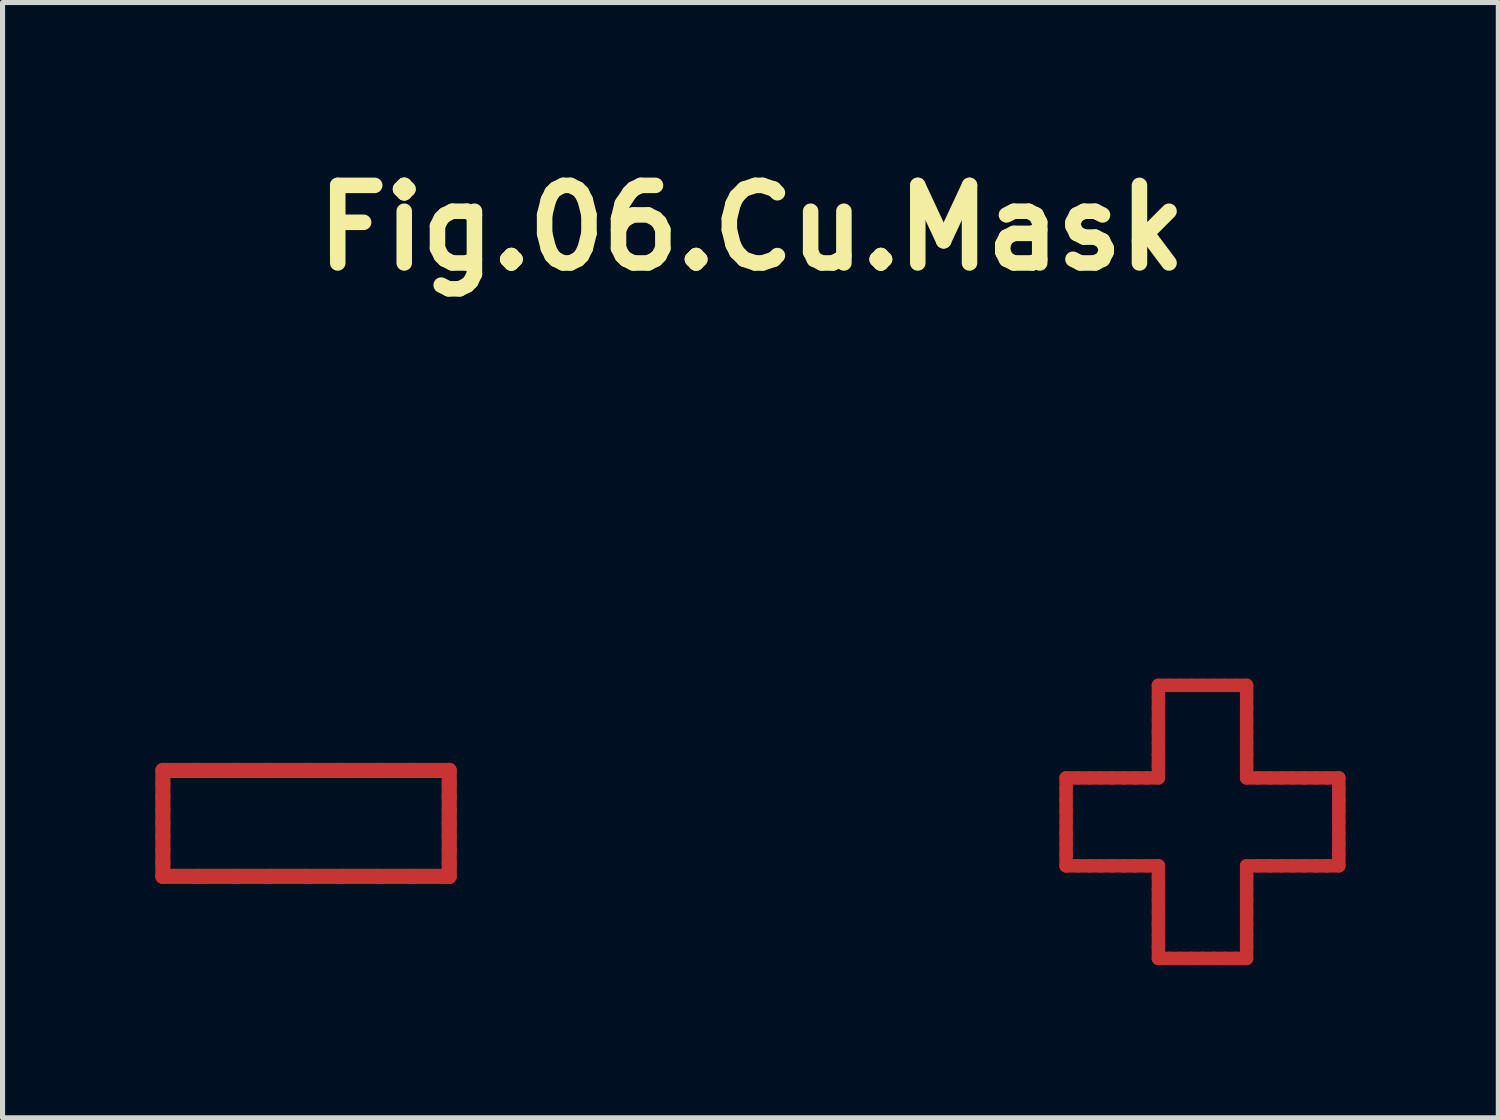
<source format=kicad_pcb>
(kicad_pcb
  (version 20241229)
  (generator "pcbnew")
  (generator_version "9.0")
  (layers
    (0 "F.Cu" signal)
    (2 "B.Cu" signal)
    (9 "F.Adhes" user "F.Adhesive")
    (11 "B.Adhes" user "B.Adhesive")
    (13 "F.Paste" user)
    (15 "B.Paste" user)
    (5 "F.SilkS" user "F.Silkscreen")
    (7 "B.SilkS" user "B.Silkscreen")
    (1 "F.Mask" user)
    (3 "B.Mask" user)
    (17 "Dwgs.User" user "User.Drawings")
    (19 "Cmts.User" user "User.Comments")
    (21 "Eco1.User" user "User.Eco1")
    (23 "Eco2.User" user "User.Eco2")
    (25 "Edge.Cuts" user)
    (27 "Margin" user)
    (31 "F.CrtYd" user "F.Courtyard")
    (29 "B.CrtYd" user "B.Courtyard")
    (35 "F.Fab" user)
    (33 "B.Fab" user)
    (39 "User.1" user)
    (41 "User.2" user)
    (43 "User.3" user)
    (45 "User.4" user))
  (footprint "Fig.06.Cu.Mask"
    (layer "F.Cu")
    (at 11.712 13.083)
    (property "Reference" "Fig.06.Cu.Mask" (at 0 -11.657 0) (layer "F.SilkS") (effects (font (size 1.524 1.524) (thickness 0.305))))
    (attr smd)
    (fp_line (start -11.563 -1) (end -10.86 -1) (stroke (width 0.297) (type solid)) (layer "F.Cu"))
    (fp_line (start -11.563 -0.74) (end -11.563 -1) (stroke (width 0.297) (type solid)) (layer "F.Cu"))
    (fp_line (start -11.563 -0.48) (end -11.563 -0.74) (stroke (width 0.297) (type solid)) (layer "F.Cu"))
    (fp_line (start -11.563 -0.219) (end -11.563 -0.48) (stroke (width 0.297) (type solid)) (layer "F.Cu"))
    (fp_line (start -11.563 0.041) (end -11.563 -0.219) (stroke (width 0.297) (type solid)) (layer "F.Cu"))
    (fp_line (start -11.563 0.301) (end -11.563 0.041) (stroke (width 0.297) (type solid)) (layer "F.Cu"))
    (fp_line (start -11.563 0.561) (end -11.563 0.301) (stroke (width 0.297) (type solid)) (layer "F.Cu"))
    (fp_line (start -11.563 0.821) (end -11.563 0.561) (stroke (width 0.297) (type solid)) (layer "F.Cu"))
    (fp_line (start -11.563 1.081) (end -11.563 0.821) (stroke (width 0.297) (type solid)) (layer "F.Cu"))
    (fp_line (start -10.86 -1) (end -10.157 -1) (stroke (width 0.297) (type solid)) (layer "F.Cu"))
    (fp_line (start -10.86 1.081) (end -11.563 1.081) (stroke (width 0.297) (type solid)) (layer "F.Cu"))
    (fp_line (start -10.157 -1) (end -9.454 -1) (stroke (width 0.297) (type solid)) (layer "F.Cu"))
    (fp_line (start -10.157 1.081) (end -10.86 1.081) (stroke (width 0.297) (type solid)) (layer "F.Cu"))
    (fp_line (start -9.454 -1) (end -8.751 -1) (stroke (width 0.297) (type solid)) (layer "F.Cu"))
    (fp_line (start -9.454 1.081) (end -10.157 1.081) (stroke (width 0.297) (type solid)) (layer "F.Cu"))
    (fp_line (start -8.751 -1) (end -8.048 -1) (stroke (width 0.297) (type solid)) (layer "F.Cu"))
    (fp_line (start -8.751 1.081) (end -9.454 1.081) (stroke (width 0.297) (type solid)) (layer "F.Cu"))
    (fp_line (start -8.048 -1) (end -7.345 -1) (stroke (width 0.297) (type solid)) (layer "F.Cu"))
    (fp_line (start -8.048 1.081) (end -8.751 1.081) (stroke (width 0.297) (type solid)) (layer "F.Cu"))
    (fp_line (start -7.345 -1) (end -6.641 -1) (stroke (width 0.297) (type solid)) (layer "F.Cu"))
    (fp_line (start -7.345 1.081) (end -8.048 1.081) (stroke (width 0.297) (type solid)) (layer "F.Cu"))
    (fp_line (start -6.641 -1) (end -5.938 -1) (stroke (width 0.297) (type solid)) (layer "F.Cu"))
    (fp_line (start -6.641 1.081) (end -7.345 1.081) (stroke (width 0.297) (type solid)) (layer "F.Cu"))
    (fp_line (start -5.938 -1) (end -5.938 -0.74) (stroke (width 0.297) (type solid)) (layer "F.Cu"))
    (fp_line (start -5.938 -0.74) (end -5.938 -0.48) (stroke (width 0.297) (type solid)) (layer "F.Cu"))
    (fp_line (start -5.938 -0.48) (end -5.938 -0.219) (stroke (width 0.297) (type solid)) (layer "F.Cu"))
    (fp_line (start -5.938 -0.219) (end -5.938 0.041) (stroke (width 0.297) (type solid)) (layer "F.Cu"))
    (fp_line (start -5.938 0.041) (end -5.938 0.301) (stroke (width 0.297) (type solid)) (layer "F.Cu"))
    (fp_line (start -5.938 0.301) (end -5.938 0.561) (stroke (width 0.297) (type solid)) (layer "F.Cu"))
    (fp_line (start -5.938 0.561) (end -5.938 0.821) (stroke (width 0.297) (type solid)) (layer "F.Cu"))
    (fp_line (start -5.938 0.821) (end -5.938 1.081) (stroke (width 0.297) (type solid)) (layer "F.Cu"))
    (fp_line (start -5.938 1.081) (end -6.641 1.081) (stroke (width 0.297) (type solid)) (layer "F.Cu"))
    (fp_line (start 6.179 -0.853) (end 6.179 -0.637) (stroke (width 0.264) (type solid)) (layer "F.Cu"))
    (fp_line (start 6.179 -0.637) (end 6.179 -0.421) (stroke (width 0.264) (type solid)) (layer "F.Cu"))
    (fp_line (start 6.179 -0.421) (end 6.179 -0.205) (stroke (width 0.264) (type solid)) (layer "F.Cu"))
    (fp_line (start 6.179 -0.205) (end 6.179 0.01) (stroke (width 0.264) (type solid)) (layer "F.Cu"))
    (fp_line (start 6.179 0.01) (end 6.179 0.226) (stroke (width 0.264) (type solid)) (layer "F.Cu"))
    (fp_line (start 6.179 0.226) (end 6.179 0.442) (stroke (width 0.264) (type solid)) (layer "F.Cu"))
    (fp_line (start 6.179 0.442) (end 6.179 0.658) (stroke (width 0.264) (type solid)) (layer "F.Cu"))
    (fp_line (start 6.179 0.658) (end 6.179 0.874) (stroke (width 0.264) (type solid)) (layer "F.Cu"))
    (fp_line (start 6.179 0.874) (end 6.405 0.874) (stroke (width 0.264) (type solid)) (layer "F.Cu"))
    (fp_line (start 6.405 -0.853) (end 6.179 -0.853) (stroke (width 0.264) (type solid)) (layer "F.Cu"))
    (fp_line (start 6.405 0.874) (end 6.632 0.874) (stroke (width 0.264) (type solid)) (layer "F.Cu"))
    (fp_line (start 6.632 -0.853) (end 6.405 -0.853) (stroke (width 0.264) (type solid)) (layer "F.Cu"))
    (fp_line (start 6.632 0.874) (end 6.859 0.874) (stroke (width 0.264) (type solid)) (layer "F.Cu"))
    (fp_line (start 6.859 -0.853) (end 6.632 -0.853) (stroke (width 0.264) (type solid)) (layer "F.Cu"))
    (fp_line (start 6.859 0.874) (end 7.085 0.874) (stroke (width 0.264) (type solid)) (layer "F.Cu"))
    (fp_line (start 7.085 -0.853) (end 6.859 -0.853) (stroke (width 0.264) (type solid)) (layer "F.Cu"))
    (fp_line (start 7.085 0.874) (end 7.312 0.874) (stroke (width 0.264) (type solid)) (layer "F.Cu"))
    (fp_line (start 7.312 -0.853) (end 7.085 -0.853) (stroke (width 0.264) (type solid)) (layer "F.Cu"))
    (fp_line (start 7.312 0.874) (end 7.539 0.874) (stroke (width 0.264) (type solid)) (layer "F.Cu"))
    (fp_line (start 7.539 -0.853) (end 7.312 -0.853) (stroke (width 0.264) (type solid)) (layer "F.Cu"))
    (fp_line (start 7.539 0.874) (end 7.766 0.874) (stroke (width 0.264) (type solid)) (layer "F.Cu"))
    (fp_line (start 7.766 -0.853) (end 7.539 -0.853) (stroke (width 0.264) (type solid)) (layer "F.Cu"))
    (fp_line (start 7.766 0.874) (end 7.992 0.874) (stroke (width 0.264) (type solid)) (layer "F.Cu"))
    (fp_line (start 7.992 -2.671) (end 7.992 -2.444) (stroke (width 0.264) (type solid)) (layer "F.Cu"))
    (fp_line (start 7.992 -2.444) (end 7.992 -2.216) (stroke (width 0.264) (type solid)) (layer "F.Cu"))
    (fp_line (start 7.992 -2.216) (end 7.992 -1.989) (stroke (width 0.264) (type solid)) (layer "F.Cu"))
    (fp_line (start 7.992 -1.989) (end 7.992 -1.762) (stroke (width 0.264) (type solid)) (layer "F.Cu"))
    (fp_line (start 7.992 -1.762) (end 7.992 -1.535) (stroke (width 0.264) (type solid)) (layer "F.Cu"))
    (fp_line (start 7.992 -1.535) (end 7.992 -1.308) (stroke (width 0.264) (type solid)) (layer "F.Cu"))
    (fp_line (start 7.992 -1.308) (end 7.992 -1.08) (stroke (width 0.264) (type solid)) (layer "F.Cu"))
    (fp_line (start 7.992 -1.08) (end 7.992 -0.853) (stroke (width 0.264) (type solid)) (layer "F.Cu"))
    (fp_line (start 7.992 -0.853) (end 7.766 -0.853) (stroke (width 0.264) (type solid)) (layer "F.Cu"))
    (fp_line (start 7.992 0.874) (end 7.992 1.101) (stroke (width 0.264) (type solid)) (layer "F.Cu"))
    (fp_line (start 7.992 1.101) (end 7.992 1.329) (stroke (width 0.264) (type solid)) (layer "F.Cu"))
    (fp_line (start 7.992 1.329) (end 7.992 1.556) (stroke (width 0.264) (type solid)) (layer "F.Cu"))
    (fp_line (start 7.992 1.556) (end 7.992 1.783) (stroke (width 0.264) (type solid)) (layer "F.Cu"))
    (fp_line (start 7.992 1.783) (end 7.992 2.01) (stroke (width 0.264) (type solid)) (layer "F.Cu"))
    (fp_line (start 7.992 2.01) (end 7.992 2.238) (stroke (width 0.264) (type solid)) (layer "F.Cu"))
    (fp_line (start 7.992 2.238) (end 7.992 2.465) (stroke (width 0.264) (type solid)) (layer "F.Cu"))
    (fp_line (start 7.992 2.465) (end 7.992 2.692) (stroke (width 0.264) (type solid)) (layer "F.Cu"))
    (fp_line (start 7.992 2.692) (end 8.209 2.692) (stroke (width 0.264) (type solid)) (layer "F.Cu"))
    (fp_line (start 8.209 -2.671) (end 7.992 -2.671) (stroke (width 0.264) (type solid)) (layer "F.Cu"))
    (fp_line (start 8.209 2.692) (end 8.425 2.692) (stroke (width 0.264) (type solid)) (layer "F.Cu"))
    (fp_line (start 8.425 -2.671) (end 8.209 -2.671) (stroke (width 0.264) (type solid)) (layer "F.Cu"))
    (fp_line (start 8.425 2.692) (end 8.642 2.692) (stroke (width 0.264) (type solid)) (layer "F.Cu"))
    (fp_line (start 8.642 -2.671) (end 8.425 -2.671) (stroke (width 0.264) (type solid)) (layer "F.Cu"))
    (fp_line (start 8.642 2.692) (end 8.859 2.692) (stroke (width 0.264) (type solid)) (layer "F.Cu"))
    (fp_line (start 8.859 -2.671) (end 8.642 -2.671) (stroke (width 0.264) (type solid)) (layer "F.Cu"))
    (fp_line (start 8.859 2.692) (end 9.075 2.692) (stroke (width 0.264) (type solid)) (layer "F.Cu"))
    (fp_line (start 9.075 -2.671) (end 8.859 -2.671) (stroke (width 0.264) (type solid)) (layer "F.Cu"))
    (fp_line (start 9.075 2.692) (end 9.292 2.692) (stroke (width 0.264) (type solid)) (layer "F.Cu"))
    (fp_line (start 9.292 -2.671) (end 9.075 -2.671) (stroke (width 0.264) (type solid)) (layer "F.Cu"))
    (fp_line (start 9.292 2.692) (end 9.508 2.692) (stroke (width 0.264) (type solid)) (layer "F.Cu"))
    (fp_line (start 9.508 -2.671) (end 9.292 -2.671) (stroke (width 0.264) (type solid)) (layer "F.Cu"))
    (fp_line (start 9.508 2.692) (end 9.725 2.692) (stroke (width 0.264) (type solid)) (layer "F.Cu"))
    (fp_line (start 9.725 -2.671) (end 9.508 -2.671) (stroke (width 0.264) (type solid)) (layer "F.Cu"))
    (fp_line (start 9.725 -2.444) (end 9.725 -2.671) (stroke (width 0.264) (type solid)) (layer "F.Cu"))
    (fp_line (start 9.725 -2.216) (end 9.725 -2.444) (stroke (width 0.264) (type solid)) (layer "F.Cu"))
    (fp_line (start 9.725 -1.989) (end 9.725 -2.216) (stroke (width 0.264) (type solid)) (layer "F.Cu"))
    (fp_line (start 9.725 -1.762) (end 9.725 -1.989) (stroke (width 0.264) (type solid)) (layer "F.Cu"))
    (fp_line (start 9.725 -1.535) (end 9.725 -1.762) (stroke (width 0.264) (type solid)) (layer "F.Cu"))
    (fp_line (start 9.725 -1.308) (end 9.725 -1.535) (stroke (width 0.264) (type solid)) (layer "F.Cu"))
    (fp_line (start 9.725 -1.08) (end 9.725 -1.308) (stroke (width 0.264) (type solid)) (layer "F.Cu"))
    (fp_line (start 9.725 -0.853) (end 9.725 -1.08) (stroke (width 0.264) (type solid)) (layer "F.Cu"))
    (fp_line (start 9.725 0.874) (end 9.951 0.874) (stroke (width 0.264) (type solid)) (layer "F.Cu"))
    (fp_line (start 9.725 1.101) (end 9.725 0.874) (stroke (width 0.264) (type solid)) (layer "F.Cu"))
    (fp_line (start 9.725 1.329) (end 9.725 1.101) (stroke (width 0.264) (type solid)) (layer "F.Cu"))
    (fp_line (start 9.725 1.556) (end 9.725 1.329) (stroke (width 0.264) (type solid)) (layer "F.Cu"))
    (fp_line (start 9.725 1.783) (end 9.725 1.556) (stroke (width 0.264) (type solid)) (layer "F.Cu"))
    (fp_line (start 9.725 2.01) (end 9.725 1.783) (stroke (width 0.264) (type solid)) (layer "F.Cu"))
    (fp_line (start 9.725 2.238) (end 9.725 2.01) (stroke (width 0.264) (type solid)) (layer "F.Cu"))
    (fp_line (start 9.725 2.465) (end 9.725 2.238) (stroke (width 0.264) (type solid)) (layer "F.Cu"))
    (fp_line (start 9.725 2.692) (end 9.725 2.465) (stroke (width 0.264) (type solid)) (layer "F.Cu"))
    (fp_line (start 9.951 -0.853) (end 9.725 -0.853) (stroke (width 0.264) (type solid)) (layer "F.Cu"))
    (fp_line (start 9.951 0.874) (end 10.178 0.874) (stroke (width 0.264) (type solid)) (layer "F.Cu"))
    (fp_line (start 10.178 -0.853) (end 9.951 -0.853) (stroke (width 0.264) (type solid)) (layer "F.Cu"))
    (fp_line (start 10.178 0.874) (end 10.404 0.874) (stroke (width 0.264) (type solid)) (layer "F.Cu"))
    (fp_line (start 10.404 -0.853) (end 10.178 -0.853) (stroke (width 0.264) (type solid)) (layer "F.Cu"))
    (fp_line (start 10.404 0.874) (end 10.63 0.874) (stroke (width 0.264) (type solid)) (layer "F.Cu"))
    (fp_line (start 10.63 -0.853) (end 10.404 -0.853) (stroke (width 0.264) (type solid)) (layer "F.Cu"))
    (fp_line (start 10.63 0.874) (end 10.857 0.874) (stroke (width 0.264) (type solid)) (layer "F.Cu"))
    (fp_line (start 10.857 -0.853) (end 10.63 -0.853) (stroke (width 0.264) (type solid)) (layer "F.Cu"))
    (fp_line (start 10.857 0.874) (end 11.083 0.874) (stroke (width 0.264) (type solid)) (layer "F.Cu"))
    (fp_line (start 11.083 -0.853) (end 10.857 -0.853) (stroke (width 0.264) (type solid)) (layer "F.Cu"))
    (fp_line (start 11.083 0.874) (end 11.31 0.874) (stroke (width 0.264) (type solid)) (layer "F.Cu"))
    (fp_line (start 11.31 -0.853) (end 11.083 -0.853) (stroke (width 0.264) (type solid)) (layer "F.Cu"))
    (fp_line (start 11.31 0.874) (end 11.536 0.874) (stroke (width 0.264) (type solid)) (layer "F.Cu"))
    (fp_line (start 11.536 -0.853) (end 11.31 -0.853) (stroke (width 0.264) (type solid)) (layer "F.Cu"))
    (fp_line (start 11.536 -0.637) (end 11.536 -0.853) (stroke (width 0.264) (type solid)) (layer "F.Cu"))
    (fp_line (start 11.536 -0.421) (end 11.536 -0.637) (stroke (width 0.264) (type solid)) (layer "F.Cu"))
    (fp_line (start 11.536 -0.205) (end 11.536 -0.421) (stroke (width 0.264) (type solid)) (layer "F.Cu"))
    (fp_line (start 11.536 0.01) (end 11.536 -0.205) (stroke (width 0.264) (type solid)) (layer "F.Cu"))
    (fp_line (start 11.536 0.226) (end 11.536 0.01) (stroke (width 0.264) (type solid)) (layer "F.Cu"))
    (fp_line (start 11.536 0.442) (end 11.536 0.226) (stroke (width 0.264) (type solid)) (layer "F.Cu"))
    (fp_line (start 11.536 0.658) (end 11.536 0.442) (stroke (width 0.264) (type solid)) (layer "F.Cu"))
    (fp_line (start 11.536 0.874) (end 11.536 0.658) (stroke (width 0.264) (type solid)) (layer "F.Cu"))
    (fp_line (start -11.563 -1) (end -10.86 -1) (stroke (width 0.297) (type solid)) (layer "F.Mask"))
    (fp_line (start -11.563 -0.74) (end -11.563 -1) (stroke (width 0.297) (type solid)) (layer "F.Mask"))
    (fp_line (start -11.563 -0.48) (end -11.563 -0.74) (stroke (width 0.297) (type solid)) (layer "F.Mask"))
    (fp_line (start -11.563 -0.219) (end -11.563 -0.48) (stroke (width 0.297) (type solid)) (layer "F.Mask"))
    (fp_line (start -11.563 0.041) (end -11.563 -0.219) (stroke (width 0.297) (type solid)) (layer "F.Mask"))
    (fp_line (start -11.563 0.301) (end -11.563 0.041) (stroke (width 0.297) (type solid)) (layer "F.Mask"))
    (fp_line (start -11.563 0.561) (end -11.563 0.301) (stroke (width 0.297) (type solid)) (layer "F.Mask"))
    (fp_line (start -11.563 0.821) (end -11.563 0.561) (stroke (width 0.297) (type solid)) (layer "F.Mask"))
    (fp_line (start -11.563 1.081) (end -11.563 0.821) (stroke (width 0.297) (type solid)) (layer "F.Mask"))
    (fp_line (start -10.86 -1) (end -10.157 -1) (stroke (width 0.297) (type solid)) (layer "F.Mask"))
    (fp_line (start -10.86 1.081) (end -11.563 1.081) (stroke (width 0.297) (type solid)) (layer "F.Mask"))
    (fp_line (start -10.157 -1) (end -9.454 -1) (stroke (width 0.297) (type solid)) (layer "F.Mask"))
    (fp_line (start -10.157 1.081) (end -10.86 1.081) (stroke (width 0.297) (type solid)) (layer "F.Mask"))
    (fp_line (start -9.454 -1) (end -8.751 -1) (stroke (width 0.297) (type solid)) (layer "F.Mask"))
    (fp_line (start -9.454 1.081) (end -10.157 1.081) (stroke (width 0.297) (type solid)) (layer "F.Mask"))
    (fp_line (start -8.751 -1) (end -8.048 -1) (stroke (width 0.297) (type solid)) (layer "F.Mask"))
    (fp_line (start -8.751 1.081) (end -9.454 1.081) (stroke (width 0.297) (type solid)) (layer "F.Mask"))
    (fp_line (start -8.048 -1) (end -7.345 -1) (stroke (width 0.297) (type solid)) (layer "F.Mask"))
    (fp_line (start -8.048 1.081) (end -8.751 1.081) (stroke (width 0.297) (type solid)) (layer "F.Mask"))
    (fp_line (start -7.345 -1) (end -6.641 -1) (stroke (width 0.297) (type solid)) (layer "F.Mask"))
    (fp_line (start -7.345 1.081) (end -8.048 1.081) (stroke (width 0.297) (type solid)) (layer "F.Mask"))
    (fp_line (start -6.641 -1) (end -5.938 -1) (stroke (width 0.297) (type solid)) (layer "F.Mask"))
    (fp_line (start -6.641 1.081) (end -7.345 1.081) (stroke (width 0.297) (type solid)) (layer "F.Mask"))
    (fp_line (start -5.938 -1) (end -5.938 -0.74) (stroke (width 0.297) (type solid)) (layer "F.Mask"))
    (fp_line (start -5.938 -0.74) (end -5.938 -0.48) (stroke (width 0.297) (type solid)) (layer "F.Mask"))
    (fp_line (start -5.938 -0.48) (end -5.938 -0.219) (stroke (width 0.297) (type solid)) (layer "F.Mask"))
    (fp_line (start -5.938 -0.219) (end -5.938 0.041) (stroke (width 0.297) (type solid)) (layer "F.Mask"))
    (fp_line (start -5.938 0.041) (end -5.938 0.301) (stroke (width 0.297) (type solid)) (layer "F.Mask"))
    (fp_line (start -5.938 0.301) (end -5.938 0.561) (stroke (width 0.297) (type solid)) (layer "F.Mask"))
    (fp_line (start -5.938 0.561) (end -5.938 0.821) (stroke (width 0.297) (type solid)) (layer "F.Mask"))
    (fp_line (start -5.938 0.821) (end -5.938 1.081) (stroke (width 0.297) (type solid)) (layer "F.Mask"))
    (fp_line (start -5.938 1.081) (end -6.641 1.081) (stroke (width 0.297) (type solid)) (layer "F.Mask"))
    (fp_line (start 6.179 -0.853) (end 6.179 -0.637) (stroke (width 0.264) (type solid)) (layer "F.Mask"))
    (fp_line (start 6.179 -0.637) (end 6.179 -0.421) (stroke (width 0.264) (type solid)) (layer "F.Mask"))
    (fp_line (start 6.179 -0.421) (end 6.179 -0.205) (stroke (width 0.264) (type solid)) (layer "F.Mask"))
    (fp_line (start 6.179 -0.205) (end 6.179 0.01) (stroke (width 0.264) (type solid)) (layer "F.Mask"))
    (fp_line (start 6.179 0.01) (end 6.179 0.226) (stroke (width 0.264) (type solid)) (layer "F.Mask"))
    (fp_line (start 6.179 0.226) (end 6.179 0.442) (stroke (width 0.264) (type solid)) (layer "F.Mask"))
    (fp_line (start 6.179 0.442) (end 6.179 0.658) (stroke (width 0.264) (type solid)) (layer "F.Mask"))
    (fp_line (start 6.179 0.658) (end 6.179 0.874) (stroke (width 0.264) (type solid)) (layer "F.Mask"))
    (fp_line (start 6.179 0.874) (end 6.405 0.874) (stroke (width 0.264) (type solid)) (layer "F.Mask"))
    (fp_line (start 6.405 -0.853) (end 6.179 -0.853) (stroke (width 0.264) (type solid)) (layer "F.Mask"))
    (fp_line (start 6.405 0.874) (end 6.632 0.874) (stroke (width 0.264) (type solid)) (layer "F.Mask"))
    (fp_line (start 6.632 -0.853) (end 6.405 -0.853) (stroke (width 0.264) (type solid)) (layer "F.Mask"))
    (fp_line (start 6.632 0.874) (end 6.859 0.874) (stroke (width 0.264) (type solid)) (layer "F.Mask"))
    (fp_line (start 6.859 -0.853) (end 6.632 -0.853) (stroke (width 0.264) (type solid)) (layer "F.Mask"))
    (fp_line (start 6.859 0.874) (end 7.085 0.874) (stroke (width 0.264) (type solid)) (layer "F.Mask"))
    (fp_line (start 7.085 -0.853) (end 6.859 -0.853) (stroke (width 0.264) (type solid)) (layer "F.Mask"))
    (fp_line (start 7.085 0.874) (end 7.312 0.874) (stroke (width 0.264) (type solid)) (layer "F.Mask"))
    (fp_line (start 7.312 -0.853) (end 7.085 -0.853) (stroke (width 0.264) (type solid)) (layer "F.Mask"))
    (fp_line (start 7.312 0.874) (end 7.539 0.874) (stroke (width 0.264) (type solid)) (layer "F.Mask"))
    (fp_line (start 7.539 -0.853) (end 7.312 -0.853) (stroke (width 0.264) (type solid)) (layer "F.Mask"))
    (fp_line (start 7.539 0.874) (end 7.766 0.874) (stroke (width 0.264) (type solid)) (layer "F.Mask"))
    (fp_line (start 7.766 -0.853) (end 7.539 -0.853) (stroke (width 0.264) (type solid)) (layer "F.Mask"))
    (fp_line (start 7.766 0.874) (end 7.992 0.874) (stroke (width 0.264) (type solid)) (layer "F.Mask"))
    (fp_line (start 7.992 -2.671) (end 7.992 -2.444) (stroke (width 0.264) (type solid)) (layer "F.Mask"))
    (fp_line (start 7.992 -2.444) (end 7.992 -2.216) (stroke (width 0.264) (type solid)) (layer "F.Mask"))
    (fp_line (start 7.992 -2.216) (end 7.992 -1.989) (stroke (width 0.264) (type solid)) (layer "F.Mask"))
    (fp_line (start 7.992 -1.989) (end 7.992 -1.762) (stroke (width 0.264) (type solid)) (layer "F.Mask"))
    (fp_line (start 7.992 -1.762) (end 7.992 -1.535) (stroke (width 0.264) (type solid)) (layer "F.Mask"))
    (fp_line (start 7.992 -1.535) (end 7.992 -1.308) (stroke (width 0.264) (type solid)) (layer "F.Mask"))
    (fp_line (start 7.992 -1.308) (end 7.992 -1.08) (stroke (width 0.264) (type solid)) (layer "F.Mask"))
    (fp_line (start 7.992 -1.08) (end 7.992 -0.853) (stroke (width 0.264) (type solid)) (layer "F.Mask"))
    (fp_line (start 7.992 -0.853) (end 7.766 -0.853) (stroke (width 0.264) (type solid)) (layer "F.Mask"))
    (fp_line (start 7.992 0.874) (end 7.992 1.101) (stroke (width 0.264) (type solid)) (layer "F.Mask"))
    (fp_line (start 7.992 1.101) (end 7.992 1.329) (stroke (width 0.264) (type solid)) (layer "F.Mask"))
    (fp_line (start 7.992 1.329) (end 7.992 1.556) (stroke (width 0.264) (type solid)) (layer "F.Mask"))
    (fp_line (start 7.992 1.556) (end 7.992 1.783) (stroke (width 0.264) (type solid)) (layer "F.Mask"))
    (fp_line (start 7.992 1.783) (end 7.992 2.01) (stroke (width 0.264) (type solid)) (layer "F.Mask"))
    (fp_line (start 7.992 2.01) (end 7.992 2.238) (stroke (width 0.264) (type solid)) (layer "F.Mask"))
    (fp_line (start 7.992 2.238) (end 7.992 2.465) (stroke (width 0.264) (type solid)) (layer "F.Mask"))
    (fp_line (start 7.992 2.465) (end 7.992 2.692) (stroke (width 0.264) (type solid)) (layer "F.Mask"))
    (fp_line (start 7.992 2.692) (end 8.209 2.692) (stroke (width 0.264) (type solid)) (layer "F.Mask"))
    (fp_line (start 8.209 -2.671) (end 7.992 -2.671) (stroke (width 0.264) (type solid)) (layer "F.Mask"))
    (fp_line (start 8.209 2.692) (end 8.425 2.692) (stroke (width 0.264) (type solid)) (layer "F.Mask"))
    (fp_line (start 8.425 -2.671) (end 8.209 -2.671) (stroke (width 0.264) (type solid)) (layer "F.Mask"))
    (fp_line (start 8.425 2.692) (end 8.642 2.692) (stroke (width 0.264) (type solid)) (layer "F.Mask"))
    (fp_line (start 8.642 -2.671) (end 8.425 -2.671) (stroke (width 0.264) (type solid)) (layer "F.Mask"))
    (fp_line (start 8.642 2.692) (end 8.859 2.692) (stroke (width 0.264) (type solid)) (layer "F.Mask"))
    (fp_line (start 8.859 -2.671) (end 8.642 -2.671) (stroke (width 0.264) (type solid)) (layer "F.Mask"))
    (fp_line (start 8.859 2.692) (end 9.075 2.692) (stroke (width 0.264) (type solid)) (layer "F.Mask"))
    (fp_line (start 9.075 -2.671) (end 8.859 -2.671) (stroke (width 0.264) (type solid)) (layer "F.Mask"))
    (fp_line (start 9.075 2.692) (end 9.292 2.692) (stroke (width 0.264) (type solid)) (layer "F.Mask"))
    (fp_line (start 9.292 -2.671) (end 9.075 -2.671) (stroke (width 0.264) (type solid)) (layer "F.Mask"))
    (fp_line (start 9.292 2.692) (end 9.508 2.692) (stroke (width 0.264) (type solid)) (layer "F.Mask"))
    (fp_line (start 9.508 -2.671) (end 9.292 -2.671) (stroke (width 0.264) (type solid)) (layer "F.Mask"))
    (fp_line (start 9.508 2.692) (end 9.725 2.692) (stroke (width 0.264) (type solid)) (layer "F.Mask"))
    (fp_line (start 9.725 -2.671) (end 9.508 -2.671) (stroke (width 0.264) (type solid)) (layer "F.Mask"))
    (fp_line (start 9.725 -2.444) (end 9.725 -2.671) (stroke (width 0.264) (type solid)) (layer "F.Mask"))
    (fp_line (start 9.725 -2.216) (end 9.725 -2.444) (stroke (width 0.264) (type solid)) (layer "F.Mask"))
    (fp_line (start 9.725 -1.989) (end 9.725 -2.216) (stroke (width 0.264) (type solid)) (layer "F.Mask"))
    (fp_line (start 9.725 -1.762) (end 9.725 -1.989) (stroke (width 0.264) (type solid)) (layer "F.Mask"))
    (fp_line (start 9.725 -1.535) (end 9.725 -1.762) (stroke (width 0.264) (type solid)) (layer "F.Mask"))
    (fp_line (start 9.725 -1.308) (end 9.725 -1.535) (stroke (width 0.264) (type solid)) (layer "F.Mask"))
    (fp_line (start 9.725 -1.08) (end 9.725 -1.308) (stroke (width 0.264) (type solid)) (layer "F.Mask"))
    (fp_line (start 9.725 -0.853) (end 9.725 -1.08) (stroke (width 0.264) (type solid)) (layer "F.Mask"))
    (fp_line (start 9.725 0.874) (end 9.951 0.874) (stroke (width 0.264) (type solid)) (layer "F.Mask"))
    (fp_line (start 9.725 1.101) (end 9.725 0.874) (stroke (width 0.264) (type solid)) (layer "F.Mask"))
    (fp_line (start 9.725 1.329) (end 9.725 1.101) (stroke (width 0.264) (type solid)) (layer "F.Mask"))
    (fp_line (start 9.725 1.556) (end 9.725 1.329) (stroke (width 0.264) (type solid)) (layer "F.Mask"))
    (fp_line (start 9.725 1.783) (end 9.725 1.556) (stroke (width 0.264) (type solid)) (layer "F.Mask"))
    (fp_line (start 9.725 2.01) (end 9.725 1.783) (stroke (width 0.264) (type solid)) (layer "F.Mask"))
    (fp_line (start 9.725 2.238) (end 9.725 2.01) (stroke (width 0.264) (type solid)) (layer "F.Mask"))
    (fp_line (start 9.725 2.465) (end 9.725 2.238) (stroke (width 0.264) (type solid)) (layer "F.Mask"))
    (fp_line (start 9.725 2.692) (end 9.725 2.465) (stroke (width 0.264) (type solid)) (layer "F.Mask"))
    (fp_line (start 9.951 -0.853) (end 9.725 -0.853) (stroke (width 0.264) (type solid)) (layer "F.Mask"))
    (fp_line (start 9.951 0.874) (end 10.178 0.874) (stroke (width 0.264) (type solid)) (layer "F.Mask"))
    (fp_line (start 10.178 -0.853) (end 9.951 -0.853) (stroke (width 0.264) (type solid)) (layer "F.Mask"))
    (fp_line (start 10.178 0.874) (end 10.404 0.874) (stroke (width 0.264) (type solid)) (layer "F.Mask"))
    (fp_line (start 10.404 -0.853) (end 10.178 -0.853) (stroke (width 0.264) (type solid)) (layer "F.Mask"))
    (fp_line (start 10.404 0.874) (end 10.63 0.874) (stroke (width 0.264) (type solid)) (layer "F.Mask"))
    (fp_line (start 10.63 -0.853) (end 10.404 -0.853) (stroke (width 0.264) (type solid)) (layer "F.Mask"))
    (fp_line (start 10.63 0.874) (end 10.857 0.874) (stroke (width 0.264) (type solid)) (layer "F.Mask"))
    (fp_line (start 10.857 -0.853) (end 10.63 -0.853) (stroke (width 0.264) (type solid)) (layer "F.Mask"))
    (fp_line (start 10.857 0.874) (end 11.083 0.874) (stroke (width 0.264) (type solid)) (layer "F.Mask"))
    (fp_line (start 11.083 -0.853) (end 10.857 -0.853) (stroke (width 0.264) (type solid)) (layer "F.Mask"))
    (fp_line (start 11.083 0.874) (end 11.31 0.874) (stroke (width 0.264) (type solid)) (layer "F.Mask"))
    (fp_line (start 11.31 -0.853) (end 11.083 -0.853) (stroke (width 0.264) (type solid)) (layer "F.Mask"))
    (fp_line (start 11.31 0.874) (end 11.536 0.874) (stroke (width 0.264) (type solid)) (layer "F.Mask"))
    (fp_line (start 11.536 -0.853) (end 11.31 -0.853) (stroke (width 0.264) (type solid)) (layer "F.Mask"))
    (fp_line (start 11.536 -0.637) (end 11.536 -0.853) (stroke (width 0.264) (type solid)) (layer "F.Mask"))
    (fp_line (start 11.536 -0.421) (end 11.536 -0.637) (stroke (width 0.264) (type solid)) (layer "F.Mask"))
    (fp_line (start 11.536 -0.205) (end 11.536 -0.421) (stroke (width 0.264) (type solid)) (layer "F.Mask"))
    (fp_line (start 11.536 0.01) (end 11.536 -0.205) (stroke (width 0.264) (type solid)) (layer "F.Mask"))
    (fp_line (start 11.536 0.226) (end 11.536 0.01) (stroke (width 0.264) (type solid)) (layer "F.Mask"))
    (fp_line (start 11.536 0.442) (end 11.536 0.226) (stroke (width 0.264) (type solid)) (layer "F.Mask"))
    (fp_line (start 11.536 0.658) (end 11.536 0.442) (stroke (width 0.264) (type solid)) (layer "F.Mask"))
    (fp_line (start 11.536 0.874) (end 11.536 0.658) (stroke (width 0.264) (type solid)) (layer "F.Mask")))
  (gr_rect
    (start -3 -3)
    (end 26.381 18.907)
    (stroke (width 0.1) (type default))
    (fill no)
    (layer "Edge.Cuts")))
</source>
